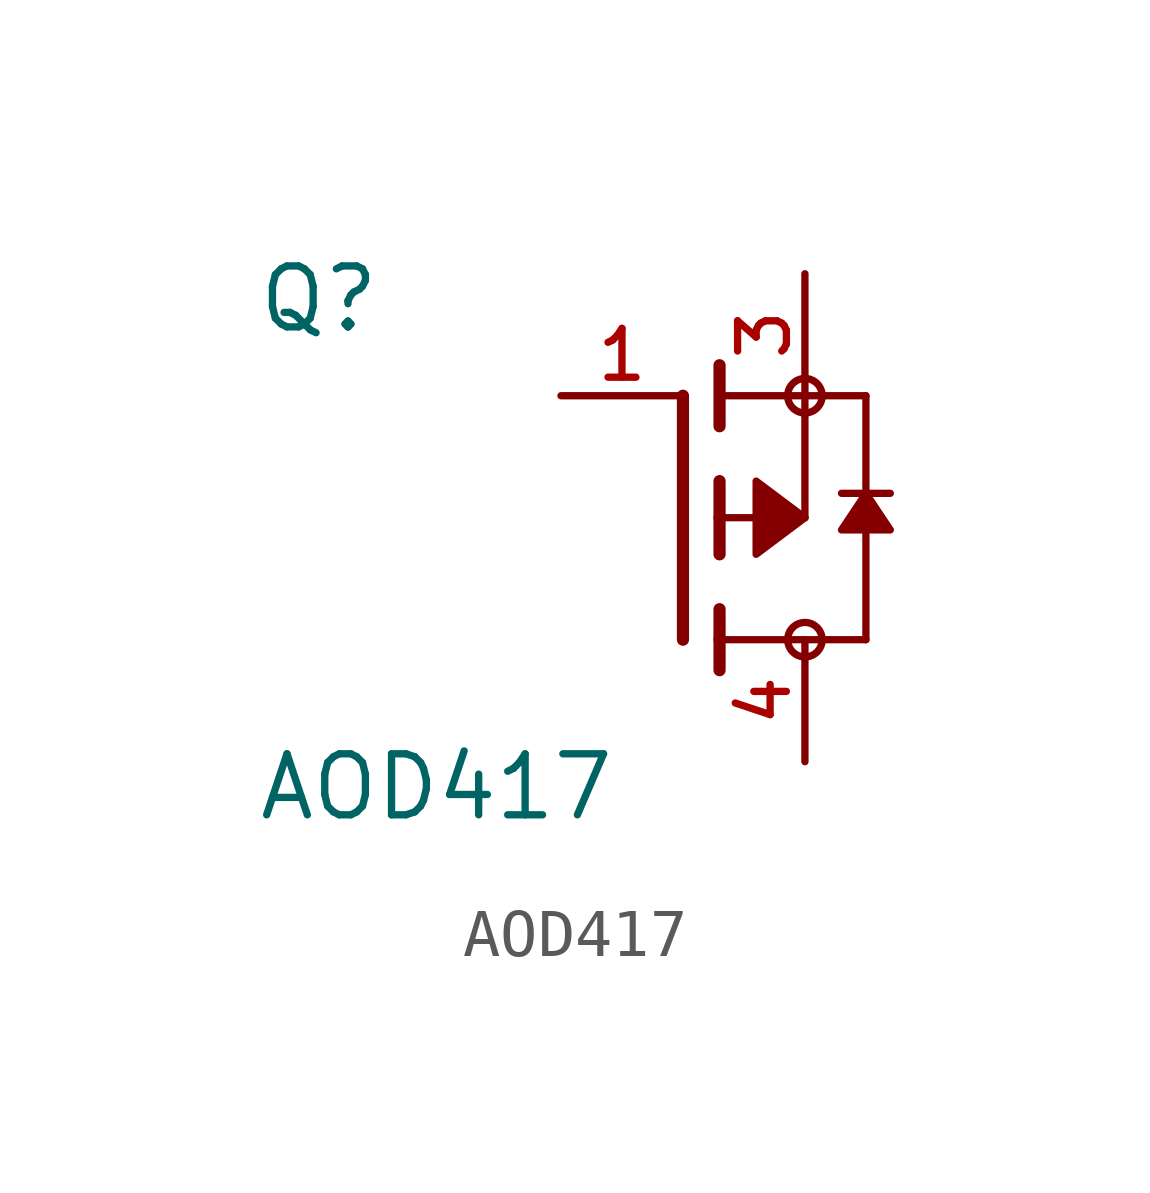
<source format=kicad_sym>
(kicad_symbol_lib
  (version 20241209)
  (generator "kicad_symbol_editor")
  (generator_version "9.0")
  (symbol "AOD417"
    (pin_names
      (offset 1.016))
    (property "Reference" "Q"
      (at -8.89 3.81 0)
      (effects (font (size 1.27 1.27)) (justify left bottom)))
    (property "Value" "AOD417"
      (at -8.89 -6.35 0)
      (effects (font (size 1.27 1.27)) (justify left bottom)))
    (symbol "AOD417_0_0"
      (polyline (pts (xy 0 -2.54) (xy 0 2.54)) (stroke (width 0.254) (type default)) (fill (type none)))
      (polyline (pts (xy 0.762 1.905) (xy 0.762 3.175)) (stroke (width 0.254) (type default)) (fill (type none)))
      (polyline (pts (xy 0.762 0) (xy 0.762 0.762)) (stroke (width 0.254) (type default)) (fill (type none)))
      (polyline (pts (xy 0.762 0) (xy 2.54 0)) (stroke (width 0.152) (type default)) (fill (type none)))
      (polyline (pts (xy 0.762 -0.762) (xy 0.762 0)) (stroke (width 0.254) (type default)) (fill (type none)))
      (polyline (pts (xy 0.762 -2.54) (xy 0.762 -1.905)) (stroke (width 0.254) (type default)) (fill (type none)))
      (polyline (pts (xy 0.762 -2.54) (xy 3.81 -2.54)) (stroke (width 0.152) (type default)) (fill (type none)))
      (polyline (pts (xy 0.762 -3.175) (xy 0.762 -2.54)) (stroke (width 0.254) (type default)) (fill (type none)))
      (circle (center 2.54 2.54) (radius 0.359) (stroke (width 0) (type default)) (fill (type none)))
      (polyline (pts (xy 2.54 0) (xy 2.54 2.54)) (stroke (width 0.152) (type default)) (fill (type none)))
      (polyline (pts (xy 2.54 0) (xy 1.524 0.762) (xy 1.524 -0.762) (xy 2.54 0)) (stroke (width 0.152) (type default)) (fill (type outline)))
      (circle (center 2.54 -2.54) (radius 0.359) (stroke (width 0) (type default)) (fill (type none)))
      (polyline (pts (xy 3.302 0.508) (xy 4.318 0.508)) (stroke (width 0.152) (type default)) (fill (type none)))
      (polyline (pts (xy 3.81 2.54) (xy 0.762 2.54)) (stroke (width 0.152) (type default)) (fill (type none)))
      (polyline (pts (xy 3.81 0.508) (xy 4.318 -0.254) (xy 3.302 -0.254) (xy 3.81 0.508)) (stroke (width 0.152) (type default)) (fill (type outline)))
      (polyline (pts (xy 3.81 -2.54) (xy 3.81 2.54)) (stroke (width 0.152) (type default)) (fill (type none)))
      (pin passive line (at -2.54 2.54 0) (length 2.54) (name "~" (effects (font (size 1.016 1.016)))) (number "1" (effects (font (size 1.016 1.016)))))
      (pin passive line (at 2.54 5.08 270) (length 2.54) (name "~" (effects (font (size 1.016 1.016)))) (number "3" (effects (font (size 1.016 1.016)))))
      (pin passive line (at 2.54 -5.08 90) (length 2.54) (name "~" (effects (font (size 1.016 1.016)))) (number "4" (effects (font (size 1.016 1.016))))))))
</source>
